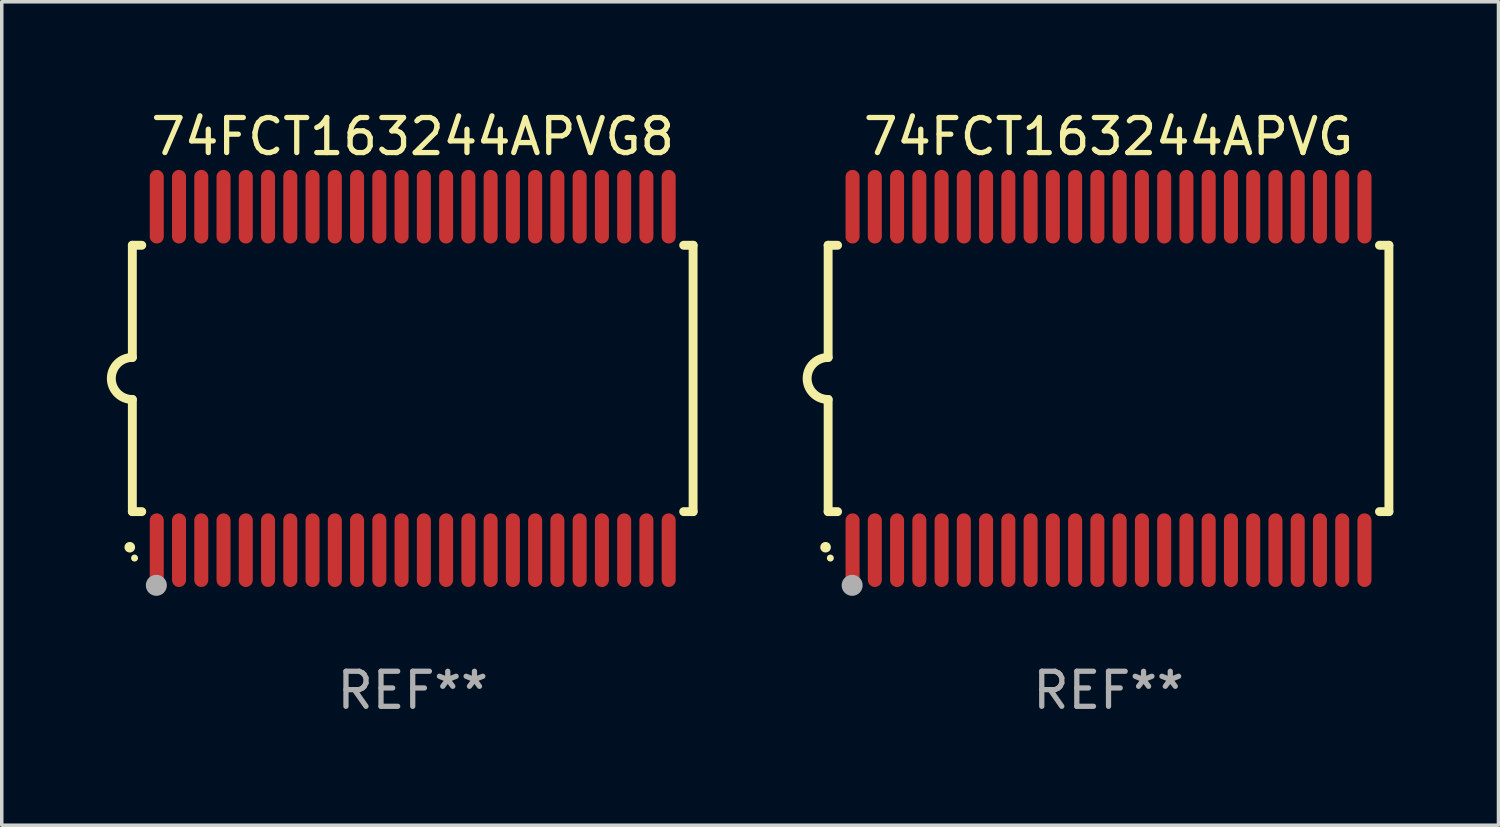
<source format=kicad_pcb>
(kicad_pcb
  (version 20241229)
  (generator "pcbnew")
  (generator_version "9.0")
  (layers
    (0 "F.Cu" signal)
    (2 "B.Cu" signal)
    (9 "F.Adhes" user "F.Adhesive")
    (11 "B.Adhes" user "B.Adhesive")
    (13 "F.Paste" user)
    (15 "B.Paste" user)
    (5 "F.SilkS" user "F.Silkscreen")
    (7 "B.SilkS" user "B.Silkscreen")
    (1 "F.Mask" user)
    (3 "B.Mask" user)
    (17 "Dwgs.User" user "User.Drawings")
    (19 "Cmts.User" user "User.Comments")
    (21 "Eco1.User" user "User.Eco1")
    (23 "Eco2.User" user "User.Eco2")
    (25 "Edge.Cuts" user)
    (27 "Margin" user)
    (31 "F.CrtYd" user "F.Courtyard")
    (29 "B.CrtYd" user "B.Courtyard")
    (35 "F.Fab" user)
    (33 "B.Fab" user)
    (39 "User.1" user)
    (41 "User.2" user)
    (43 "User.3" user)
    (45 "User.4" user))
  (footprint "74FCT163244APVG"
    (layer "F.Cu")
    (at 28.579 7.748)
    (property "Reference" "74FCT163244APVG" (at 0 -6.9 0) (layer "F.SilkS") (effects (font (size 1 1) (thickness 0.15))))
    (attr through_hole)
    (fp_line (start -8 -3.8) (end -8 -0.599) (stroke (width 0.254) (type solid)) (layer "F.SilkS"))
    (fp_line (start -8 -3.8) (end -7.731 -3.8) (stroke (width 0.254) (type solid)) (layer "F.SilkS"))
    (fp_line (start -8 3.8) (end -8 0.599) (stroke (width 0.254) (type solid)) (layer "F.SilkS"))
    (fp_line (start -7.731 3.8) (end -8 3.8) (stroke (width 0.254) (type solid)) (layer "F.SilkS"))
    (fp_line (start 7.731 -3.8) (end 8 -3.8) (stroke (width 0.254) (type solid)) (layer "F.SilkS"))
    (fp_line (start 8 -3.8) (end 8 3.8) (stroke (width 0.254) (type solid)) (layer "F.SilkS"))
    (fp_line (start 8 3.8) (end 7.731 3.8) (stroke (width 0.254) (type solid)) (layer "F.SilkS"))
    (fp_arc (start -8.074676 4.81585) (mid -8.073406 4.815845) (end -8.072136 4.81585) (stroke (width 0.3) (type solid)) (layer "F.SilkS"))
    (fp_arc (start -8.000025 0.6) (mid -8.598908 0.00056) (end -8.000027 -0.598882) (stroke (width 0.254001) (type solid)) (layer "F.SilkS"))
    (fp_circle (center -7.937 5.125) (end -7.887 5.125) (stroke (width 0.1) (type solid)) (fill no) (layer "F.SilkS"))
    (fp_circle (center -7.315 5.903) (end -7.165 5.903) (stroke (width 0.3) (type solid)) (fill no) (layer "F.Fab"))
    (fp_text user "REF**" (at 0 8.9 0) (layer "F.Fab") (effects (font (size 1 1) (thickness 0.15))))
    (pad "1" smd oval (at -7.303 4.9) (size 0.4 2.1) (layers "F.Cu" "F.Mask" "F.Paste"))
    (pad "2" smd oval (at -6.668 4.9) (size 0.4 2.1) (layers "F.Cu" "F.Mask" "F.Paste"))
    (pad "3" smd oval (at -6.033 4.9) (size 0.4 2.1) (layers "F.Cu" "F.Mask" "F.Paste"))
    (pad "4" smd oval (at -5.398 4.9) (size 0.4 2.1) (layers "F.Cu" "F.Mask" "F.Paste"))
    (pad "5" smd oval (at -4.763 4.9) (size 0.4 2.1) (layers "F.Cu" "F.Mask" "F.Paste"))
    (pad "6" smd oval (at -4.128 4.9) (size 0.4 2.1) (layers "F.Cu" "F.Mask" "F.Paste"))
    (pad "7" smd oval (at -3.493 4.9) (size 0.4 2.1) (layers "F.Cu" "F.Mask" "F.Paste"))
    (pad "8" smd oval (at -2.858 4.9) (size 0.4 2.1) (layers "F.Cu" "F.Mask" "F.Paste"))
    (pad "9" smd oval (at -2.223 4.9) (size 0.4 2.1) (layers "F.Cu" "F.Mask" "F.Paste"))
    (pad "10" smd oval (at -1.588 4.9) (size 0.4 2.1) (layers "F.Cu" "F.Mask" "F.Paste"))
    (pad "11" smd oval (at -0.953 4.9) (size 0.4 2.1) (layers "F.Cu" "F.Mask" "F.Paste"))
    (pad "12" smd oval (at -0.318 4.9) (size 0.4 2.1) (layers "F.Cu" "F.Mask" "F.Paste"))
    (pad "13" smd oval (at 0.318 4.9) (size 0.4 2.1) (layers "F.Cu" "F.Mask" "F.Paste"))
    (pad "14" smd oval (at 0.953 4.9) (size 0.4 2.1) (layers "F.Cu" "F.Mask" "F.Paste"))
    (pad "15" smd oval (at 1.588 4.9) (size 0.4 2.1) (layers "F.Cu" "F.Mask" "F.Paste"))
    (pad "16" smd oval (at 2.223 4.9) (size 0.4 2.1) (layers "F.Cu" "F.Mask" "F.Paste"))
    (pad "17" smd oval (at 2.858 4.9) (size 0.4 2.1) (layers "F.Cu" "F.Mask" "F.Paste"))
    (pad "18" smd oval (at 3.493 4.9) (size 0.4 2.1) (layers "F.Cu" "F.Mask" "F.Paste"))
    (pad "19" smd oval (at 4.128 4.9) (size 0.4 2.1) (layers "F.Cu" "F.Mask" "F.Paste"))
    (pad "20" smd oval (at 4.763 4.9) (size 0.4 2.1) (layers "F.Cu" "F.Mask" "F.Paste"))
    (pad "21" smd oval (at 5.398 4.9) (size 0.4 2.1) (layers "F.Cu" "F.Mask" "F.Paste"))
    (pad "22" smd oval (at 6.033 4.9) (size 0.4 2.1) (layers "F.Cu" "F.Mask" "F.Paste"))
    (pad "23" smd oval (at 6.668 4.9) (size 0.4 2.1) (layers "F.Cu" "F.Mask" "F.Paste"))
    (pad "24" smd oval (at 7.303 4.9) (size 0.4 2.1) (layers "F.Cu" "F.Mask" "F.Paste"))
    (pad "25" smd oval (at 7.303 -4.9 180) (size 0.4 2.1) (layers "F.Cu" "F.Mask" "F.Paste"))
    (pad "26" smd oval (at 6.668 -4.9 180) (size 0.4 2.1) (layers "F.Cu" "F.Mask" "F.Paste"))
    (pad "27" smd oval (at 6.033 -4.9 180) (size 0.4 2.1) (layers "F.Cu" "F.Mask" "F.Paste"))
    (pad "28" smd oval (at 5.398 -4.9 180) (size 0.4 2.1) (layers "F.Cu" "F.Mask" "F.Paste"))
    (pad "29" smd oval (at 4.763 -4.9 180) (size 0.4 2.1) (layers "F.Cu" "F.Mask" "F.Paste"))
    (pad "30" smd oval (at 4.128 -4.9 180) (size 0.4 2.1) (layers "F.Cu" "F.Mask" "F.Paste"))
    (pad "31" smd oval (at 3.493 -4.9 180) (size 0.4 2.1) (layers "F.Cu" "F.Mask" "F.Paste"))
    (pad "32" smd oval (at 2.858 -4.9 180) (size 0.4 2.1) (layers "F.Cu" "F.Mask" "F.Paste"))
    (pad "33" smd oval (at 2.223 -4.9 180) (size 0.4 2.1) (layers "F.Cu" "F.Mask" "F.Paste"))
    (pad "34" smd oval (at 1.588 -4.9 180) (size 0.4 2.1) (layers "F.Cu" "F.Mask" "F.Paste"))
    (pad "35" smd oval (at 0.953 -4.9 180) (size 0.4 2.1) (layers "F.Cu" "F.Mask" "F.Paste"))
    (pad "36" smd oval (at 0.318 -4.9 180) (size 0.4 2.1) (layers "F.Cu" "F.Mask" "F.Paste"))
    (pad "37" smd oval (at -0.318 -4.9 180) (size 0.4 2.1) (layers "F.Cu" "F.Mask" "F.Paste"))
    (pad "38" smd oval (at -0.953 -4.9 180) (size 0.4 2.1) (layers "F.Cu" "F.Mask" "F.Paste"))
    (pad "39" smd oval (at -1.588 -4.9 180) (size 0.4 2.1) (layers "F.Cu" "F.Mask" "F.Paste"))
    (pad "40" smd oval (at -2.223 -4.9 180) (size 0.4 2.1) (layers "F.Cu" "F.Mask" "F.Paste"))
    (pad "41" smd oval (at -2.858 -4.9 180) (size 0.4 2.1) (layers "F.Cu" "F.Mask" "F.Paste"))
    (pad "42" smd oval (at -3.493 -4.9 180) (size 0.4 2.1) (layers "F.Cu" "F.Mask" "F.Paste"))
    (pad "43" smd oval (at -4.128 -4.9 180) (size 0.4 2.1) (layers "F.Cu" "F.Mask" "F.Paste"))
    (pad "44" smd oval (at -4.763 -4.9 180) (size 0.4 2.1) (layers "F.Cu" "F.Mask" "F.Paste"))
    (pad "45" smd oval (at -5.398 -4.9 180) (size 0.4 2.1) (layers "F.Cu" "F.Mask" "F.Paste"))
    (pad "46" smd oval (at -6.033 -4.9 180) (size 0.4 2.1) (layers "F.Cu" "F.Mask" "F.Paste"))
    (pad "47" smd oval (at -6.668 -4.9 180) (size 0.4 2.1) (layers "F.Cu" "F.Mask" "F.Paste"))
    (pad "48" smd oval (at -7.303 -4.9 180) (size 0.4 2.1) (layers "F.Cu" "F.Mask" "F.Paste")))
  (footprint "74FCT163244APVG8"
    (layer "F.Cu")
    (at 8.726 7.748)
    (property "Reference" "74FCT163244APVG8" (at 0 -6.9 0) (layer "F.SilkS") (effects (font (size 1 1) (thickness 0.15))))
    (attr through_hole)
    (fp_line (start -8 -3.8) (end -8 -0.599) (stroke (width 0.254) (type solid)) (layer "F.SilkS"))
    (fp_line (start -8 -3.8) (end -7.731 -3.8) (stroke (width 0.254) (type solid)) (layer "F.SilkS"))
    (fp_line (start -8 3.8) (end -8 0.599) (stroke (width 0.254) (type solid)) (layer "F.SilkS"))
    (fp_line (start -7.731 3.8) (end -8 3.8) (stroke (width 0.254) (type solid)) (layer "F.SilkS"))
    (fp_line (start 7.731 -3.8) (end 8 -3.8) (stroke (width 0.254) (type solid)) (layer "F.SilkS"))
    (fp_line (start 8 -3.8) (end 8 3.8) (stroke (width 0.254) (type solid)) (layer "F.SilkS"))
    (fp_line (start 8 3.8) (end 7.731 3.8) (stroke (width 0.254) (type solid)) (layer "F.SilkS"))
    (fp_arc (start -8.074676 4.81585) (mid -8.073406 4.815845) (end -8.072136 4.81585) (stroke (width 0.3) (type solid)) (layer "F.SilkS"))
    (fp_arc (start -8.000025 0.6) (mid -8.598908 0.00056) (end -8.000027 -0.598882) (stroke (width 0.254001) (type solid)) (layer "F.SilkS"))
    (fp_circle (center -7.937 5.125) (end -7.887 5.125) (stroke (width 0.1) (type solid)) (fill no) (layer "F.SilkS"))
    (fp_circle (center -7.315 5.903) (end -7.165 5.903) (stroke (width 0.3) (type solid)) (fill no) (layer "F.Fab"))
    (fp_text user "REF**" (at 0 8.9 0) (layer "F.Fab") (effects (font (size 1 1) (thickness 0.15))))
    (pad "1" smd oval (at -7.303 4.9) (size 0.4 2.1) (layers "F.Cu" "F.Mask" "F.Paste"))
    (pad "2" smd oval (at -6.668 4.9) (size 0.4 2.1) (layers "F.Cu" "F.Mask" "F.Paste"))
    (pad "3" smd oval (at -6.033 4.9) (size 0.4 2.1) (layers "F.Cu" "F.Mask" "F.Paste"))
    (pad "4" smd oval (at -5.398 4.9) (size 0.4 2.1) (layers "F.Cu" "F.Mask" "F.Paste"))
    (pad "5" smd oval (at -4.763 4.9) (size 0.4 2.1) (layers "F.Cu" "F.Mask" "F.Paste"))
    (pad "6" smd oval (at -4.128 4.9) (size 0.4 2.1) (layers "F.Cu" "F.Mask" "F.Paste"))
    (pad "7" smd oval (at -3.493 4.9) (size 0.4 2.1) (layers "F.Cu" "F.Mask" "F.Paste"))
    (pad "8" smd oval (at -2.858 4.9) (size 0.4 2.1) (layers "F.Cu" "F.Mask" "F.Paste"))
    (pad "9" smd oval (at -2.223 4.9) (size 0.4 2.1) (layers "F.Cu" "F.Mask" "F.Paste"))
    (pad "10" smd oval (at -1.588 4.9) (size 0.4 2.1) (layers "F.Cu" "F.Mask" "F.Paste"))
    (pad "11" smd oval (at -0.953 4.9) (size 0.4 2.1) (layers "F.Cu" "F.Mask" "F.Paste"))
    (pad "12" smd oval (at -0.318 4.9) (size 0.4 2.1) (layers "F.Cu" "F.Mask" "F.Paste"))
    (pad "13" smd oval (at 0.318 4.9) (size 0.4 2.1) (layers "F.Cu" "F.Mask" "F.Paste"))
    (pad "14" smd oval (at 0.953 4.9) (size 0.4 2.1) (layers "F.Cu" "F.Mask" "F.Paste"))
    (pad "15" smd oval (at 1.588 4.9) (size 0.4 2.1) (layers "F.Cu" "F.Mask" "F.Paste"))
    (pad "16" smd oval (at 2.223 4.9) (size 0.4 2.1) (layers "F.Cu" "F.Mask" "F.Paste"))
    (pad "17" smd oval (at 2.858 4.9) (size 0.4 2.1) (layers "F.Cu" "F.Mask" "F.Paste"))
    (pad "18" smd oval (at 3.493 4.9) (size 0.4 2.1) (layers "F.Cu" "F.Mask" "F.Paste"))
    (pad "19" smd oval (at 4.128 4.9) (size 0.4 2.1) (layers "F.Cu" "F.Mask" "F.Paste"))
    (pad "20" smd oval (at 4.763 4.9) (size 0.4 2.1) (layers "F.Cu" "F.Mask" "F.Paste"))
    (pad "21" smd oval (at 5.398 4.9) (size 0.4 2.1) (layers "F.Cu" "F.Mask" "F.Paste"))
    (pad "22" smd oval (at 6.033 4.9) (size 0.4 2.1) (layers "F.Cu" "F.Mask" "F.Paste"))
    (pad "23" smd oval (at 6.668 4.9) (size 0.4 2.1) (layers "F.Cu" "F.Mask" "F.Paste"))
    (pad "24" smd oval (at 7.303 4.9) (size 0.4 2.1) (layers "F.Cu" "F.Mask" "F.Paste"))
    (pad "25" smd oval (at 7.303 -4.9 180) (size 0.4 2.1) (layers "F.Cu" "F.Mask" "F.Paste"))
    (pad "26" smd oval (at 6.668 -4.9 180) (size 0.4 2.1) (layers "F.Cu" "F.Mask" "F.Paste"))
    (pad "27" smd oval (at 6.033 -4.9 180) (size 0.4 2.1) (layers "F.Cu" "F.Mask" "F.Paste"))
    (pad "28" smd oval (at 5.398 -4.9 180) (size 0.4 2.1) (layers "F.Cu" "F.Mask" "F.Paste"))
    (pad "29" smd oval (at 4.763 -4.9 180) (size 0.4 2.1) (layers "F.Cu" "F.Mask" "F.Paste"))
    (pad "30" smd oval (at 4.128 -4.9 180) (size 0.4 2.1) (layers "F.Cu" "F.Mask" "F.Paste"))
    (pad "31" smd oval (at 3.493 -4.9 180) (size 0.4 2.1) (layers "F.Cu" "F.Mask" "F.Paste"))
    (pad "32" smd oval (at 2.858 -4.9 180) (size 0.4 2.1) (layers "F.Cu" "F.Mask" "F.Paste"))
    (pad "33" smd oval (at 2.223 -4.9 180) (size 0.4 2.1) (layers "F.Cu" "F.Mask" "F.Paste"))
    (pad "34" smd oval (at 1.588 -4.9 180) (size 0.4 2.1) (layers "F.Cu" "F.Mask" "F.Paste"))
    (pad "35" smd oval (at 0.953 -4.9 180) (size 0.4 2.1) (layers "F.Cu" "F.Mask" "F.Paste"))
    (pad "36" smd oval (at 0.318 -4.9 180) (size 0.4 2.1) (layers "F.Cu" "F.Mask" "F.Paste"))
    (pad "37" smd oval (at -0.318 -4.9 180) (size 0.4 2.1) (layers "F.Cu" "F.Mask" "F.Paste"))
    (pad "38" smd oval (at -0.953 -4.9 180) (size 0.4 2.1) (layers "F.Cu" "F.Mask" "F.Paste"))
    (pad "39" smd oval (at -1.588 -4.9 180) (size 0.4 2.1) (layers "F.Cu" "F.Mask" "F.Paste"))
    (pad "40" smd oval (at -2.223 -4.9 180) (size 0.4 2.1) (layers "F.Cu" "F.Mask" "F.Paste"))
    (pad "41" smd oval (at -2.858 -4.9 180) (size 0.4 2.1) (layers "F.Cu" "F.Mask" "F.Paste"))
    (pad "42" smd oval (at -3.493 -4.9 180) (size 0.4 2.1) (layers "F.Cu" "F.Mask" "F.Paste"))
    (pad "43" smd oval (at -4.128 -4.9 180) (size 0.4 2.1) (layers "F.Cu" "F.Mask" "F.Paste"))
    (pad "44" smd oval (at -4.763 -4.9 180) (size 0.4 2.1) (layers "F.Cu" "F.Mask" "F.Paste"))
    (pad "45" smd oval (at -5.398 -4.9 180) (size 0.4 2.1) (layers "F.Cu" "F.Mask" "F.Paste"))
    (pad "46" smd oval (at -6.033 -4.9 180) (size 0.4 2.1) (layers "F.Cu" "F.Mask" "F.Paste"))
    (pad "47" smd oval (at -6.668 -4.9 180) (size 0.4 2.1) (layers "F.Cu" "F.Mask" "F.Paste"))
    (pad "48" smd oval (at -7.303 -4.9 180) (size 0.4 2.1) (layers "F.Cu" "F.Mask" "F.Paste")))
  (gr_rect
    (start -3 -3)
    (end 39.706 20.496)
    (stroke (width 0.1) (type default))
    (fill no)
    (layer "Edge.Cuts")))
</source>
